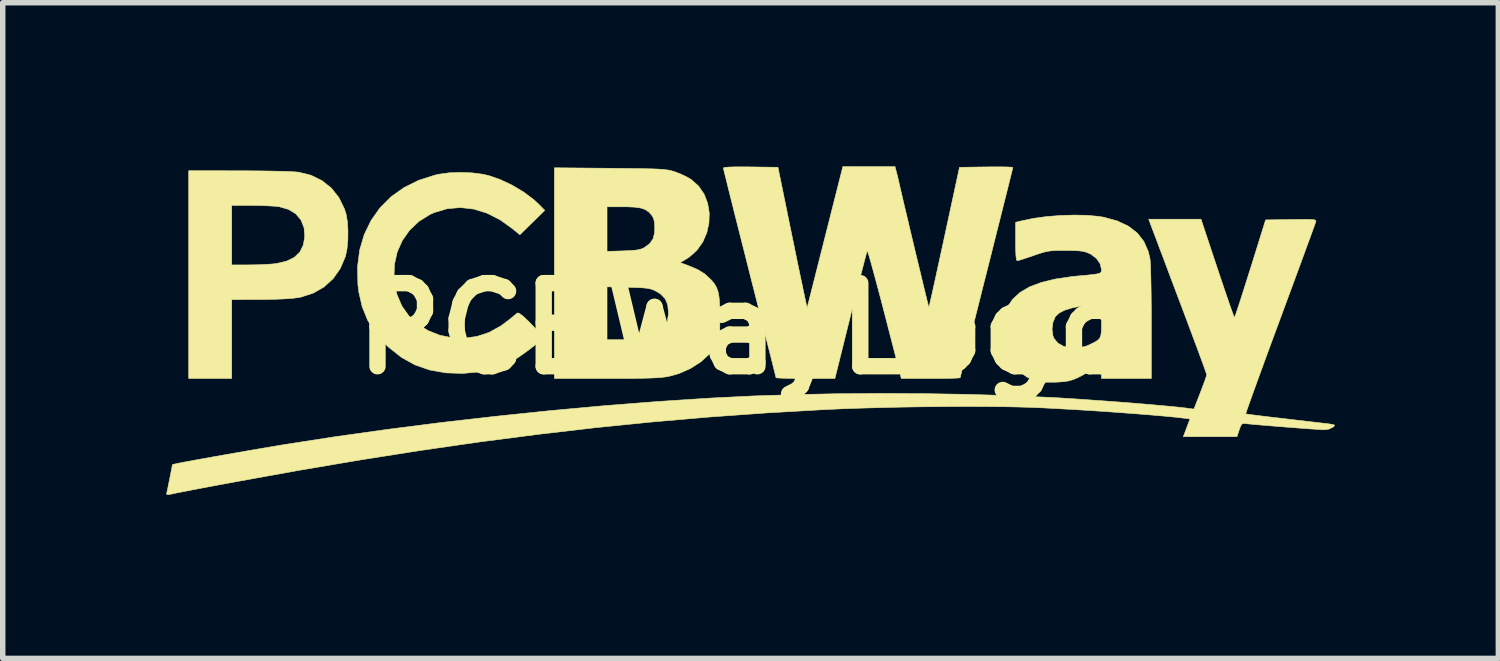
<source format=kicad_pcb>
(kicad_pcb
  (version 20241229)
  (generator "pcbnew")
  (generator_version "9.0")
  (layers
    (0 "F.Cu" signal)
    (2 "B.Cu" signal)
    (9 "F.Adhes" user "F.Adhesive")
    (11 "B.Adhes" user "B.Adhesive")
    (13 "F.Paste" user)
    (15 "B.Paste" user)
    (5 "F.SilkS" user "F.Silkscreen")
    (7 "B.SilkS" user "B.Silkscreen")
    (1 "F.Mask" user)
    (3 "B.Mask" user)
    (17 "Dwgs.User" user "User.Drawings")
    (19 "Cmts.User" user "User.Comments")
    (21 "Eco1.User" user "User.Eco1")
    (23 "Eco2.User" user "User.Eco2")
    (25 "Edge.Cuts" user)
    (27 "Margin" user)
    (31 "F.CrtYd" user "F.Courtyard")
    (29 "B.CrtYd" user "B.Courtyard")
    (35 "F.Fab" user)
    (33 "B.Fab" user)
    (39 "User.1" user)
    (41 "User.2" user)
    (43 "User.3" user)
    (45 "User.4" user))
  (footprint "PCBWayLogo"
    (layer "F.Cu")
    (at 10.622 2.977)
    (property "Reference" "PCBWayLogo" (at 0 0 0) (layer "F.SilkS") (effects (font (size 1.524 1.524) (thickness 0.3))))
    (attr through_hole)
    (fp_poly (pts (xy -9.29 -2.895) (xy -9.07 -2.894) (xy -8.859 -2.892) (xy -8.664 -2.889) (xy -8.492 -2.885) (xy -8.35 -2.88) (xy -8.246 -2.874) (xy -8.192 -2.869) (xy -7.966 -2.812) (xy -7.765 -2.713) (xy -7.594 -2.576) (xy -7.456 -2.402) (xy -7.356 -2.197) (xy -7.325 -2.099) (xy -7.301 -1.962) (xy -7.291 -1.797) (xy -7.293 -1.623) (xy -7.309 -1.459) (xy -7.337 -1.325) (xy -7.338 -1.323) (xy -7.431 -1.104) (xy -7.562 -0.918) (xy -7.728 -0.766) (xy -7.927 -0.652) (xy -8.153 -0.579) (xy -8.199 -0.57) (xy -8.311 -0.556) (xy -8.465 -0.545) (xy -8.655 -0.538) (xy -8.871 -0.534) (xy -8.909 -0.534) (xy -9.423 -0.533) (xy -9.423 0.914) (xy -10.211 0.914) (xy -10.211 -1.168) (xy -9.423 -1.168) (xy -9.1 -1.169) (xy -8.956 -1.171) (xy -8.813 -1.177) (xy -8.687 -1.185) (xy -8.603 -1.194) (xy -8.418 -1.237) (xy -8.275 -1.307) (xy -8.172 -1.406) (xy -8.109 -1.535) (xy -8.083 -1.686) (xy -8.096 -1.851) (xy -8.152 -1.992) (xy -8.248 -2.106) (xy -8.383 -2.188) (xy -8.547 -2.235) (xy -8.63 -2.245) (xy -8.749 -2.252) (xy -8.89 -2.258) (xy -9.036 -2.26) (xy -9.061 -2.26) (xy -9.423 -2.261) (xy -9.423 -1.168) (xy -10.211 -1.168) (xy -10.211 -2.896) (xy -9.29 -2.895)) (stroke (width 0.01) (type solid)) (fill yes) (layer "F.SilkS"))
    (fp_poly (pts (xy -5.015 -2.857) (xy -4.82 -2.832) (xy -4.712 -2.808) (xy -4.496 -2.733) (xy -4.274 -2.628) (xy -4.062 -2.5) (xy -3.875 -2.359) (xy -3.778 -2.268) (xy -3.682 -2.169) (xy -3.911 -1.945) (xy -4.139 -1.722) (xy -4.26 -1.823) (xy -4.497 -1.994) (xy -4.739 -2.117) (xy -4.983 -2.193) (xy -5.228 -2.221) (xy -5.469 -2.2) (xy -5.705 -2.13) (xy -5.787 -2.094) (xy -5.991 -1.966) (xy -6.161 -1.805) (xy -6.294 -1.616) (xy -6.388 -1.405) (xy -6.439 -1.176) (xy -6.447 -0.936) (xy -6.409 -0.689) (xy -6.39 -0.62) (xy -6.302 -0.414) (xy -6.174 -0.234) (xy -6.012 -0.083) (xy -5.822 0.036) (xy -5.61 0.12) (xy -5.38 0.167) (xy -5.139 0.173) (xy -4.922 0.142) (xy -4.7 0.068) (xy -4.479 -0.055) (xy -4.323 -0.173) (xy -4.256 -0.228) (xy -4.203 -0.272) (xy -4.181 -0.288) (xy -4.149 -0.281) (xy -4.085 -0.233) (xy -3.991 -0.145) (xy -3.936 -0.09) (xy -3.853 -0.002) (xy -3.785 0.074) (xy -3.739 0.13) (xy -3.721 0.159) (xy -3.721 0.159) (xy -3.741 0.191) (xy -3.795 0.244) (xy -3.874 0.311) (xy -3.97 0.386) (xy -4.074 0.462) (xy -4.178 0.533) (xy -4.272 0.592) (xy -4.331 0.624) (xy -4.591 0.726) (xy -4.878 0.792) (xy -5.181 0.821) (xy -5.489 0.811) (xy -5.496 0.81) (xy -5.793 0.758) (xy -6.063 0.664) (xy -6.311 0.526) (xy -6.542 0.343) (xy -6.594 0.293) (xy -6.784 0.076) (xy -6.929 -0.153) (xy -7.03 -0.402) (xy -7.093 -0.678) (xy -7.109 -0.813) (xy -7.115 -1.136) (xy -7.076 -1.441) (xy -6.993 -1.724) (xy -6.867 -1.983) (xy -6.703 -2.216) (xy -6.501 -2.418) (xy -6.263 -2.587) (xy -5.993 -2.721) (xy -5.691 -2.817) (xy -5.616 -2.833) (xy -5.433 -2.858) (xy -5.226 -2.865) (xy -5.015 -2.857)) (stroke (width 0.01) (type solid)) (fill yes) (layer "F.SilkS"))
    (fp_poly (pts (xy -2.483 -2.941) (xy -2.227 -2.938) (xy -2.016 -2.936) (xy -1.845 -2.933) (xy -1.709 -2.93) (xy -1.601 -2.926) (xy -1.518 -2.92) (xy -1.452 -2.913) (xy -1.399 -2.905) (xy -1.354 -2.894) (xy -1.31 -2.881) (xy -1.292 -2.875) (xy -1.182 -2.832) (xy -1.07 -2.778) (xy -0.999 -2.737) (xy -0.862 -2.616) (xy -0.76 -2.468) (xy -0.695 -2.301) (xy -0.665 -2.121) (xy -0.671 -1.937) (xy -0.711 -1.757) (xy -0.785 -1.587) (xy -0.893 -1.436) (xy -1.034 -1.311) (xy -1.086 -1.278) (xy -1.2 -1.211) (xy -1.049 -1.156) (xy -0.88 -1.085) (xy -0.747 -1.002) (xy -0.635 -0.899) (xy -0.628 -0.892) (xy -0.572 -0.824) (xy -0.531 -0.754) (xy -0.503 -0.674) (xy -0.485 -0.574) (xy -0.475 -0.444) (xy -0.471 -0.276) (xy -0.471 -0.216) (xy -0.471 -0.069) (xy -0.473 0.038) (xy -0.478 0.115) (xy -0.487 0.171) (xy -0.503 0.219) (xy -0.527 0.267) (xy -0.545 0.301) (xy -0.662 0.464) (xy -0.82 0.609) (xy -1.011 0.731) (xy -1.224 0.825) (xy -1.404 0.874) (xy -1.466 0.885) (xy -1.54 0.894) (xy -1.631 0.901) (xy -1.745 0.906) (xy -1.887 0.91) (xy -2.063 0.913) (xy -2.278 0.914) (xy -2.539 0.914) (xy -2.552 0.914) (xy -3.505 0.914) (xy -3.505 0.203) (xy -2.54 0.203) (xy -2.198 0.203) (xy -2.023 0.201) (xy -1.89 0.192) (xy -1.79 0.177) (xy -1.734 0.163) (xy -1.593 0.096) (xy -1.495 0.003) (xy -1.435 -0.119) (xy -1.413 -0.275) (xy -1.413 -0.294) (xy -1.427 -0.438) (xy -1.473 -0.548) (xy -1.556 -0.634) (xy -1.638 -0.685) (xy -1.691 -0.71) (xy -1.742 -0.728) (xy -1.802 -0.74) (xy -1.881 -0.748) (xy -1.989 -0.754) (xy -2.136 -0.758) (xy -2.152 -0.758) (xy -2.54 -0.767) (xy -2.54 0.203) (xy -3.505 0.203) (xy -3.505 -1.417) (xy -2.54 -1.417) (xy -2.242 -1.426) (xy -2.103 -1.432) (xy -2.003 -1.441) (xy -1.932 -1.454) (xy -1.879 -1.474) (xy -1.857 -1.486) (xy -1.756 -1.56) (xy -1.695 -1.648) (xy -1.667 -1.761) (xy -1.664 -1.841) (xy -1.669 -1.949) (xy -1.687 -2.023) (xy -1.716 -2.075) (xy -1.773 -2.139) (xy -1.839 -2.184) (xy -1.925 -2.213) (xy -2.04 -2.229) (xy -2.194 -2.235) (xy -2.242 -2.235) (xy -2.54 -2.235) (xy -2.54 -1.417) (xy -3.505 -1.417) (xy -3.505 -2.95) (xy -2.483 -2.941)) (stroke (width 0.01) (type solid)) (fill yes) (layer "F.SilkS"))
    (fp_poly (pts (xy 6.265 -2.078) (xy 6.475 -2.059) (xy 6.573 -2.043) (xy 6.818 -1.975) (xy 7.022 -1.879) (xy 7.184 -1.754) (xy 7.305 -1.599) (xy 7.386 -1.415) (xy 7.418 -1.279) (xy 7.423 -1.221) (xy 7.428 -1.118) (xy 7.432 -0.978) (xy 7.436 -0.806) (xy 7.439 -0.609) (xy 7.441 -0.394) (xy 7.442 -0.166) (xy 7.442 -0.108) (xy 7.442 0.914) (xy 6.528 0.914) (xy 6.528 0.608) (xy 6.394 0.715) (xy 6.296 0.784) (xy 6.18 0.854) (xy 6.096 0.897) (xy 6.008 0.934) (xy 5.928 0.958) (xy 5.838 0.972) (xy 5.722 0.98) (xy 5.677 0.982) (xy 5.498 0.982) (xy 5.365 0.968) (xy 5.317 0.956) (xy 5.164 0.889) (xy 5.027 0.792) (xy 4.916 0.681) (xy 4.804 0.522) (xy 4.733 0.339) (xy 4.704 0.13) (xy 4.705 0.01) (xy 5.621 0.01) (xy 5.637 0.127) (xy 5.656 0.178) (xy 5.728 0.265) (xy 5.834 0.325) (xy 5.963 0.355) (xy 6.105 0.354) (xy 6.249 0.32) (xy 6.312 0.293) (xy 6.399 0.25) (xy 6.458 0.214) (xy 6.496 0.174) (xy 6.517 0.121) (xy 6.526 0.042) (xy 6.528 -0.071) (xy 6.528 -0.461) (xy 6.382 -0.444) (xy 6.16 -0.415) (xy 5.985 -0.38) (xy 5.851 -0.338) (xy 5.754 -0.288) (xy 5.689 -0.229) (xy 5.678 -0.214) (xy 5.636 -0.111) (xy 5.621 0.01) (xy 4.705 0.01) (xy 4.706 -0.016) (xy 4.735 -0.216) (xy 4.798 -0.389) (xy 4.897 -0.537) (xy 5.033 -0.663) (xy 5.208 -0.766) (xy 5.426 -0.848) (xy 5.686 -0.911) (xy 5.993 -0.956) (xy 6.096 -0.966) (xy 6.253 -0.98) (xy 6.366 -0.992) (xy 6.443 -1.003) (xy 6.491 -1.015) (xy 6.516 -1.03) (xy 6.526 -1.051) (xy 6.528 -1.078) (xy 6.528 -1.086) (xy 6.504 -1.19) (xy 6.437 -1.286) (xy 6.337 -1.363) (xy 6.305 -1.379) (xy 6.245 -1.403) (xy 6.183 -1.419) (xy 6.105 -1.428) (xy 6 -1.433) (xy 5.867 -1.434) (xy 5.731 -1.434) (xy 5.628 -1.43) (xy 5.544 -1.419) (xy 5.462 -1.4) (xy 5.364 -1.369) (xy 5.279 -1.34) (xy 5.168 -1.302) (xy 5.074 -1.271) (xy 5.008 -1.251) (xy 4.981 -1.245) (xy 4.968 -1.268) (xy 4.959 -1.339) (xy 4.954 -1.459) (xy 4.953 -1.597) (xy 4.953 -1.95) (xy 5.062 -1.977) (xy 5.278 -2.022) (xy 5.519 -2.055) (xy 5.773 -2.075) (xy 6.026 -2.083) (xy 6.265 -2.078)) (stroke (width 0.01) (type solid)) (fill yes) (layer "F.SilkS"))
    (fp_poly (pts (xy 2.766 -2.877) (xy 2.788 -2.791) (xy 2.812 -2.691) (xy 2.819 -2.658) (xy 2.835 -2.588) (xy 2.86 -2.481) (xy 2.892 -2.342) (xy 2.931 -2.178) (xy 2.975 -1.995) (xy 3.021 -1.798) (xy 3.07 -1.593) (xy 3.119 -1.387) (xy 3.168 -1.185) (xy 3.214 -0.994) (xy 3.256 -0.818) (xy 3.293 -0.665) (xy 3.324 -0.54) (xy 3.346 -0.449) (xy 3.359 -0.398) (xy 3.362 -0.389) (xy 3.368 -0.412) (xy 3.384 -0.48) (xy 3.409 -0.588) (xy 3.441 -0.732) (xy 3.48 -0.908) (xy 3.524 -1.11) (xy 3.573 -1.335) (xy 3.626 -1.577) (xy 3.646 -1.671) (xy 3.924 -2.959) (xy 4.413 -2.966) (xy 4.565 -2.967) (xy 4.697 -2.967) (xy 4.802 -2.965) (xy 4.873 -2.961) (xy 4.902 -2.957) (xy 4.902 -2.956) (xy 4.896 -2.929) (xy 4.879 -2.857) (xy 4.85 -2.743) (xy 4.813 -2.592) (xy 4.766 -2.406) (xy 4.712 -2.19) (xy 4.651 -1.947) (xy 4.584 -1.681) (xy 4.513 -1.397) (xy 4.437 -1.097) (xy 4.42 -1.027) (xy 4.343 -0.725) (xy 4.271 -0.437) (xy 4.203 -0.167) (xy 4.14 0.081) (xy 4.085 0.304) (xy 4.036 0.496) (xy 3.997 0.656) (xy 3.966 0.779) (xy 3.946 0.86) (xy 3.937 0.898) (xy 3.937 0.899) (xy 3.913 0.904) (xy 3.845 0.908) (xy 3.742 0.911) (xy 3.609 0.913) (xy 3.456 0.914) (xy 3.397 0.914) (xy 2.857 0.914) (xy 2.553 -0.265) (xy 2.492 -0.5) (xy 2.434 -0.719) (xy 2.381 -0.917) (xy 2.334 -1.089) (xy 2.295 -1.231) (xy 2.264 -1.338) (xy 2.242 -1.405) (xy 2.232 -1.428) (xy 2.232 -1.427) (xy 2.223 -1.4) (xy 2.203 -1.328) (xy 2.174 -1.217) (xy 2.136 -1.07) (xy 2.091 -0.895) (xy 2.04 -0.694) (xy 1.984 -0.474) (xy 1.928 -0.248) (xy 1.639 0.914) (xy 1.099 0.914) (xy 0.939 0.914) (xy 0.799 0.912) (xy 0.684 0.909) (xy 0.603 0.905) (xy 0.562 0.901) (xy 0.559 0.899) (xy 0.553 0.873) (xy 0.535 0.801) (xy 0.507 0.687) (xy 0.469 0.536) (xy 0.422 0.351) (xy 0.368 0.135) (xy 0.307 -0.108) (xy 0.24 -0.373) (xy 0.168 -0.656) (xy 0.092 -0.955) (xy 0.076 -1.019) (xy -0.000316 -1.321) (xy -0.073 -1.609) (xy -0.141 -1.879) (xy -0.204 -2.127) (xy -0.259 -2.349) (xy -0.308 -2.543) (xy -0.347 -2.703) (xy -0.378 -2.826) (xy -0.398 -2.908) (xy -0.406 -2.945) (xy -0.406 -2.947) (xy -0.381 -2.957) (xy -0.307 -2.963) (xy -0.186 -2.967) (xy -0.018 -2.967) (xy 0.094 -2.966) (xy 0.595 -2.959) (xy 0.818 -1.867) (xy 0.867 -1.63) (xy 0.914 -1.402) (xy 0.958 -1.188) (xy 0.998 -0.996) (xy 1.033 -0.831) (xy 1.06 -0.7) (xy 1.08 -0.608) (xy 1.086 -0.578) (xy 1.13 -0.381) (xy 1.785 -2.972) (xy 2.741 -2.972) (xy 2.766 -2.877)) (stroke (width 0.01) (type solid)) (fill yes) (layer "F.SilkS"))
    (fp_poly (pts (xy 8.653 -1.105) (xy 8.721 -0.902) (xy 8.784 -0.715) (xy 8.841 -0.549) (xy 8.889 -0.409) (xy 8.927 -0.302) (xy 8.953 -0.232) (xy 8.966 -0.204) (xy 8.966 -0.203) (xy 8.976 -0.227) (xy 9 -0.293) (xy 9.035 -0.398) (xy 9.08 -0.535) (xy 9.132 -0.699) (xy 9.191 -0.885) (xy 9.255 -1.087) (xy 9.259 -1.099) (xy 9.538 -1.994) (xy 10.005 -2.001) (xy 10.169 -2.003) (xy 10.289 -2.003) (xy 10.372 -2.002) (xy 10.424 -1.997) (xy 10.451 -1.989) (xy 10.46 -1.978) (xy 10.459 -1.963) (xy 10.448 -1.932) (xy 10.422 -1.858) (xy 10.38 -1.743) (xy 10.325 -1.593) (xy 10.258 -1.41) (xy 10.181 -1.199) (xy 10.094 -0.964) (xy 10 -0.708) (xy 9.899 -0.436) (xy 9.806 -0.183) (xy 9.701 0.1) (xy 9.602 0.369) (xy 9.51 0.62) (xy 9.426 0.85) (xy 9.352 1.054) (xy 9.289 1.229) (xy 9.238 1.371) (xy 9.201 1.476) (xy 9.179 1.541) (xy 9.173 1.561) (xy 9.185 1.565) (xy 9.216 1.57) (xy 9.272 1.578) (xy 9.354 1.588) (xy 9.467 1.602) (xy 9.614 1.62) (xy 9.798 1.641) (xy 10.023 1.668) (xy 10.292 1.699) (xy 10.577 1.732) (xy 10.691 1.745) (xy 10.761 1.756) (xy 10.796 1.766) (xy 10.801 1.779) (xy 10.784 1.797) (xy 10.771 1.807) (xy 10.7 1.842) (xy 10.617 1.854) (xy 10.566 1.852) (xy 10.473 1.846) (xy 10.347 1.838) (xy 10.197 1.827) (xy 10.031 1.814) (xy 9.858 1.801) (xy 9.687 1.787) (xy 9.527 1.774) (xy 9.386 1.762) (xy 9.272 1.752) (xy 9.196 1.744) (xy 9.177 1.742) (xy 9.129 1.739) (xy 9.099 1.753) (xy 9.075 1.797) (xy 9.054 1.856) (xy 9.013 1.981) (xy 8.029 1.981) (xy 8.09 1.818) (xy 8.151 1.655) (xy 8.032 1.641) (xy 7.877 1.623) (xy 7.679 1.604) (xy 7.446 1.584) (xy 7.185 1.563) (xy 6.903 1.542) (xy 6.609 1.521) (xy 6.31 1.501) (xy 6.013 1.483) (xy 5.726 1.467) (xy 5.457 1.453) (xy 5.271 1.445) (xy 5.013 1.437) (xy 4.713 1.431) (xy 4.378 1.428) (xy 4.017 1.427) (xy 3.639 1.429) (xy 3.25 1.433) (xy 2.86 1.439) (xy 2.476 1.448) (xy 2.107 1.458) (xy 1.761 1.47) (xy 1.446 1.485) (xy 1.435 1.485) (xy 0.378 1.546) (xy -0.668 1.621) (xy -1.709 1.711) (xy -2.751 1.816) (xy -3.8 1.938) (xy -4.864 2.076) (xy -5.948 2.232) (xy -7.059 2.407) (xy -8.204 2.601) (xy -9.349 2.808) (xy -9.564 2.848) (xy -9.77 2.886) (xy -9.961 2.922) (xy -10.129 2.954) (xy -10.267 2.981) (xy -10.369 3.001) (xy -10.417 3.01) (xy -10.519 3.032) (xy -10.58 3.043) (xy -10.609 3.042) (xy -10.617 3.029) (xy -10.612 3.003) (xy -10.609 2.991) (xy -10.598 2.94) (xy -10.581 2.855) (xy -10.56 2.752) (xy -10.552 2.713) (xy -10.509 2.492) (xy -10.39 2.466) (xy -10.323 2.453) (xy -10.213 2.433) (xy -10.068 2.406) (xy -9.895 2.375) (xy -9.702 2.34) (xy -9.496 2.304) (xy -9.284 2.267) (xy -9.074 2.23) (xy -8.874 2.196) (xy -8.69 2.165) (xy -8.531 2.138) (xy -8.433 2.122) (xy -7.521 1.981) (xy -6.571 1.848) (xy -5.592 1.723) (xy -4.596 1.609) (xy -3.595 1.505) (xy -2.6 1.414) (xy -1.621 1.337) (xy -0.67 1.275) (xy -0.597 1.271) (xy 0.123 1.235) (xy 0.881 1.21) (xy 1.665 1.194) (xy 2.464 1.188) (xy 3.265 1.192) (xy 4.057 1.205) (xy 4.828 1.228) (xy 5.566 1.26) (xy 5.753 1.27) (xy 5.98 1.284) (xy 6.228 1.301) (xy 6.49 1.319) (xy 6.757 1.339) (xy 7.023 1.359) (xy 7.279 1.38) (xy 7.519 1.401) (xy 7.734 1.42) (xy 7.918 1.438) (xy 8.062 1.454) (xy 8.118 1.461) (xy 8.223 1.475) (xy 8.341 1.174) (xy 8.385 1.058) (xy 8.422 0.958) (xy 8.447 0.885) (xy 8.458 0.847) (xy 8.458 0.846) (xy 8.449 0.817) (xy 8.424 0.746) (xy 8.385 0.636) (xy 8.332 0.492) (xy 8.268 0.319) (xy 8.194 0.121) (xy 8.113 -0.097) (xy 8.025 -0.331) (xy 7.99 -0.423) (xy 7.898 -0.667) (xy 7.809 -0.903) (xy 7.726 -1.124) (xy 7.651 -1.325) (xy 7.584 -1.5) (xy 7.53 -1.646) (xy 7.488 -1.756) (xy 7.462 -1.824) (xy 7.458 -1.835) (xy 7.394 -2.007) (xy 8.353 -2.007) (xy 8.653 -1.105)) (stroke (width 0.01) (type solid)) (fill yes) (layer "F.SilkS")))
  (gr_rect
    (start -3 -3)
    (end 24.428 9.024)
    (stroke (width 0.1) (type default))
    (fill no)
    (layer "Edge.Cuts")))
</source>
